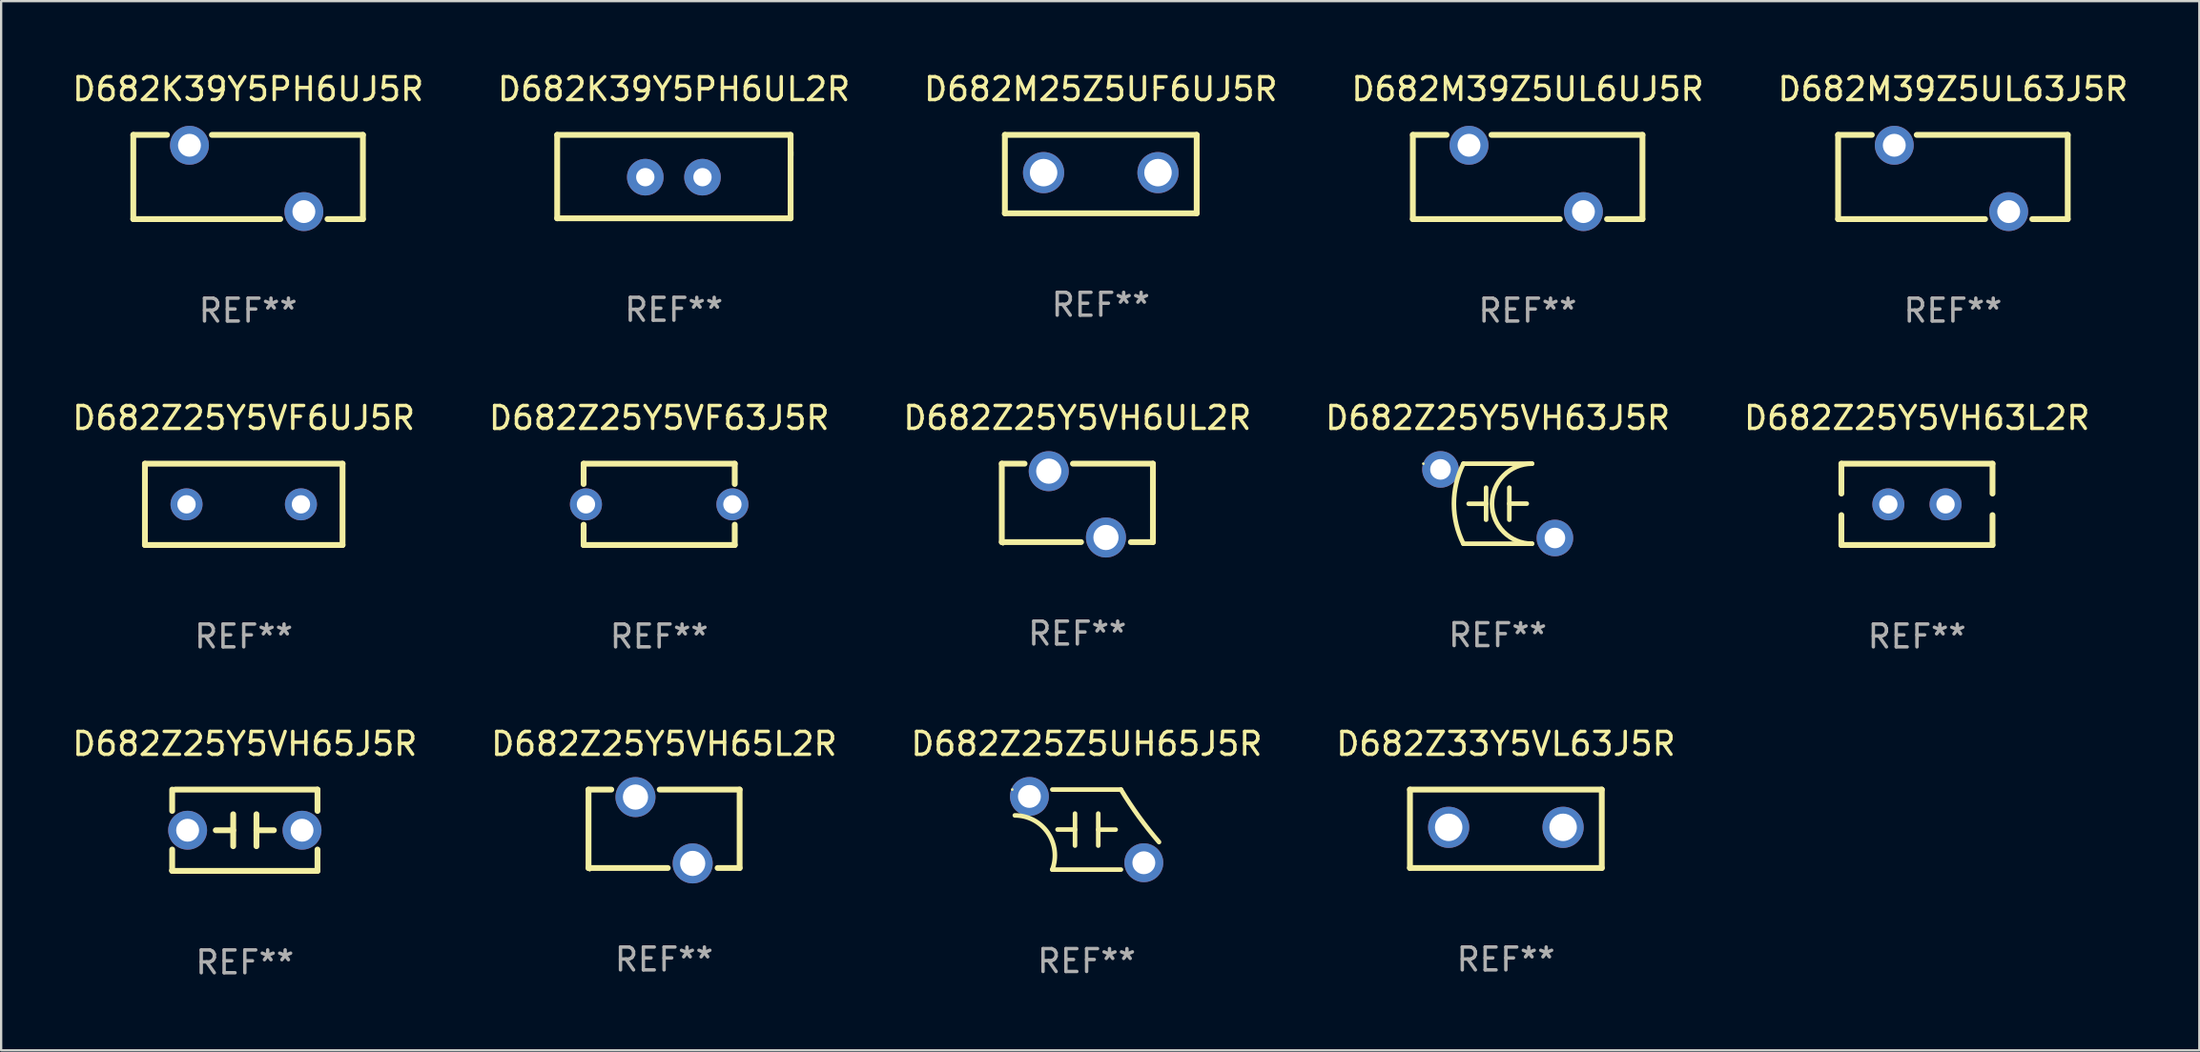
<source format=kicad_pcb>
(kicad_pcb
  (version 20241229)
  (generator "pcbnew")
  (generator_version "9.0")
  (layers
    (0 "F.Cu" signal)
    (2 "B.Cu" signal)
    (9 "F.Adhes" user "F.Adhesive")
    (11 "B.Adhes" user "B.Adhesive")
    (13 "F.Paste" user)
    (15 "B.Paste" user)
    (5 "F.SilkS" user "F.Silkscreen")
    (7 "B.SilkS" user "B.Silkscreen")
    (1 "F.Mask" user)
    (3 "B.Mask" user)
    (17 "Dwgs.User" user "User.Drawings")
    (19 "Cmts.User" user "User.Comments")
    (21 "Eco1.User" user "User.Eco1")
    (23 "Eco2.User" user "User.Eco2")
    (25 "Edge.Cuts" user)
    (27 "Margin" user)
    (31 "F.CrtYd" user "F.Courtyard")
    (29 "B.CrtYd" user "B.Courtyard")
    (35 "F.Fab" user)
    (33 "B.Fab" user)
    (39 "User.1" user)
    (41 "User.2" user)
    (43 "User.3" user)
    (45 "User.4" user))
  (footprint "D682Z33Y5VL63J5R"
    (layer "F.Cu")
    (at 62.756 33.195)
    (property "Reference" "D682Z33Y5VL63J5R" (at 0 -3.715 0) (layer "F.SilkS") (effects (font (size 1 1) (thickness 0.15))))
    (attr through_hole)
    (fp_line (start -4.191 -1.715) (end -4.191 1.715) (stroke (width 0.254) (type solid)) (layer "F.SilkS"))
    (fp_line (start -4.191 1.715) (end 4.191 1.715) (stroke (width 0.254) (type solid)) (layer "F.SilkS"))
    (fp_line (start 4.191 -1.715) (end -4.191 -1.715) (stroke (width 0.254) (type solid)) (layer "F.SilkS"))
    (fp_line (start 4.191 1.715) (end 4.191 -1.715) (stroke (width 0.254) (type solid)) (layer "F.SilkS"))
    (fp_circle (center -4.25 1.687) (end -4.22 1.687) (stroke (width 0.06) (type solid)) (fill no) (layer "F.SilkS"))
    (fp_text user "REF**" (at 0 5.715 0) (layer "F.Fab") (effects (font (size 1 1) (thickness 0.15))))
    (pad "1" thru_hole circle (at -2.5 -0.064) (size 1.8 1.8) (drill 1.2) (layers "*.Cu" "*.Mask"))
    (pad "2" thru_hole circle (at 2.5 -0.064) (size 1.8 1.8) (drill 1.2) (layers "*.Cu" "*.Mask")))
  (footprint "D682Z25Z5UH65J5R"
    (layer "F.Cu")
    (at 44.435 33.23)
    (property "Reference" "D682Z25Z5UH65J5R" (at 0 -3.75 0) (layer "F.SilkS") (effects (font (size 1 1) (thickness 0.15))))
    (attr through_hole)
    (fp_line (start -1.5 1.75) (end 1.5 1.75) (stroke (width 0.2) (type solid)) (layer "F.SilkS"))
    (fp_line (start -0.508 -0.002) (end -1.27 -0.002) (stroke (width 0.2) (type solid)) (layer "F.SilkS"))
    (fp_line (start -0.508 0.7) (end -0.508 -0.7) (stroke (width 0.2) (type solid)) (layer "F.SilkS"))
    (fp_line (start 0.508 -0.7) (end 0.508 0.7) (stroke (width 0.2) (type solid)) (layer "F.SilkS"))
    (fp_line (start 0.508 0.002) (end 1.27 0.002) (stroke (width 0.2) (type solid)) (layer "F.SilkS"))
    (fp_line (start 1.5 -1.75) (end -1.5 -1.75) (stroke (width 0.2) (type solid)) (layer "F.SilkS"))
    (fp_arc (start -3.136906 -0.620549) (mid -1.697057 0.135649) (end -1.5 1.750013) (stroke (width 0.2) (type solid)) (layer "F.SilkS"))
    (fp_arc (start 3.163322 0.545847) (mid 2.283076 -0.566884) (end 1.5 -1.750013) (stroke (width 0.2) (type solid)) (layer "F.SilkS"))
    (fp_circle (center -3.25 -1.75) (end -3.22 -1.75) (stroke (width 0.06) (type solid)) (fill no) (layer "F.SilkS"))
    (fp_text user "REF**" (at 0 5.75 0) (layer "F.Fab") (effects (font (size 1 1) (thickness 0.15))))
    (pad "1" thru_hole circle (at -2.5 -1.45) (size 1.7 1.7) (drill 1) (layers "*.Cu" "*.Mask"))
    (pad "2" thru_hole circle (at 2.5 1.45) (size 1.7 1.7) (drill 1) (layers "*.Cu" "*.Mask")))
  (footprint "D682Z25Y5VH63L2R"
    (layer "F.Cu")
    (at 80.72 19.006)
    (property "Reference" "D682Z25Y5VH63L2R" (at 0 -3.778 0) (layer "F.SilkS") (effects (font (size 1 1) (thickness 0.15))))
    (attr through_hole)
    (fp_line (start -3.302 -1.778) (end 3.302 -1.778) (stroke (width 0.254) (type solid)) (layer "F.SilkS"))
    (fp_line (start -3.302 -0.471) (end -3.302 -1.778) (stroke (width 0.254) (type solid)) (layer "F.SilkS"))
    (fp_line (start -3.302 1.778) (end -3.302 0.471) (stroke (width 0.254) (type solid)) (layer "F.SilkS"))
    (fp_line (start 3.302 -1.778) (end 3.302 -0.471) (stroke (width 0.254) (type solid)) (layer "F.SilkS"))
    (fp_line (start 3.302 0.471) (end 3.302 1.778) (stroke (width 0.254) (type solid)) (layer "F.SilkS"))
    (fp_line (start 3.302 1.778) (end -3.302 1.778) (stroke (width 0.254) (type solid)) (layer "F.SilkS"))
    (fp_circle (center -3.25 1.75) (end -3.22 1.75) (stroke (width 0.06) (type solid)) (fill no) (layer "F.SilkS"))
    (fp_text user "REF**" (at 0 5.778 0) (layer "F.Fab") (effects (font (size 1 1) (thickness 0.15))))
    (pad "1" thru_hole circle (at -1.25 0) (size 1.4 1.4) (drill 0.8) (layers "*.Cu" "*.Mask"))
    (pad "2" thru_hole circle (at 1.25 0) (size 1.4 1.4) (drill 0.8) (layers "*.Cu" "*.Mask")))
  (footprint "D682K39Y5PH6UJ5R"
    (layer "F.Cu")
    (at 7.792 4.69)
    (property "Reference" "D682K39Y5PH6UJ5R" (at 0 -3.842 0) (layer "F.SilkS") (effects (font (size 1 1) (thickness 0.15))))
    (attr through_hole)
    (fp_line (start -5.017 -1.842) (end -3.544 -1.842) (stroke (width 0.254) (type solid)) (layer "F.SilkS"))
    (fp_line (start -5.017 1.842) (end -5.017 -1.842) (stroke (width 0.254) (type solid)) (layer "F.SilkS"))
    (fp_line (start -1.583 -1.842) (end 5.017 -1.842) (stroke (width 0.254) (type solid)) (layer "F.SilkS"))
    (fp_line (start 1.406 1.842) (end -5.017 1.842) (stroke (width 0.254) (type solid)) (layer "F.SilkS"))
    (fp_line (start 5.017 -1.842) (end 5.017 1.842) (stroke (width 0.254) (type solid)) (layer "F.SilkS"))
    (fp_line (start 5.017 1.842) (end 3.467 1.842) (stroke (width 0.254) (type solid)) (layer "F.SilkS"))
    (fp_circle (center -5.064 -1.687) (end -5.034 -1.687) (stroke (width 0.06) (type solid)) (fill no) (layer "F.SilkS"))
    (fp_text user "REF**" (at 0 5.842 0) (layer "F.Fab") (effects (font (size 1 1) (thickness 0.15))))
    (pad "1" thru_hole circle (at -2.563 -1.387) (size 1.7 1.7) (drill 1) (layers "*.Cu" "*.Mask"))
    (pad "2" thru_hole circle (at 2.437 1.514) (size 1.7 1.7) (drill 1) (layers "*.Cu" "*.Mask")))
  (footprint "D682Z25Y5VF63J5R"
    (layer "F.Cu")
    (at 25.756 19.006)
    (property "Reference" "D682Z25Y5VF63J5R" (at 0 -3.778 0) (layer "F.SilkS") (effects (font (size 1 1) (thickness 0.15))))
    (attr through_hole)
    (fp_line (start -3.302 -1.778) (end 3.302 -1.778) (stroke (width 0.254) (type solid)) (layer "F.SilkS"))
    (fp_line (start -3.302 -0.889) (end -3.302 -1.778) (stroke (width 0.254) (type solid)) (layer "F.SilkS"))
    (fp_line (start -3.302 1.778) (end -3.302 0.889) (stroke (width 0.254) (type solid)) (layer "F.SilkS"))
    (fp_line (start 3.302 -1.778) (end 3.302 -0.889) (stroke (width 0.254) (type solid)) (layer "F.SilkS"))
    (fp_line (start 3.302 0.889) (end 3.302 1.778) (stroke (width 0.254) (type solid)) (layer "F.SilkS"))
    (fp_line (start 3.302 1.778) (end -3.302 1.778) (stroke (width 0.254) (type solid)) (layer "F.SilkS"))
    (fp_circle (center -3.25 1.75) (end -3.22 1.75) (stroke (width 0.06) (type solid)) (fill no) (layer "F.SilkS"))
    (fp_text user "REF**" (at 0 5.778 0) (layer "F.Fab") (effects (font (size 1 1) (thickness 0.15))))
    (pad "1" thru_hole circle (at -3.2 0) (size 1.4 1.4) (drill 0.8) (layers "*.Cu" "*.Mask"))
    (pad "2" thru_hole circle (at 3.2 0) (size 1.4 1.4) (drill 0.8) (layers "*.Cu" "*.Mask")))
  (footprint "D682Z25Y5VH63J5R"
    (layer "F.Cu")
    (at 62.399 18.978)
    (property "Reference" "D682Z25Y5VH63J5R" (at 0 -3.75 0) (layer "F.SilkS") (effects (font (size 1 1) (thickness 0.15))))
    (attr through_hole)
    (fp_line (start -1.5 -1.75) (end 1.5 -1.75) (stroke (width 0.2) (type solid)) (layer "F.SilkS"))
    (fp_line (start -0.508 -0.7) (end -0.508 0.7) (stroke (width 0.2) (type solid)) (layer "F.SilkS"))
    (fp_line (start -0.508 0.002) (end -1.27 0.002) (stroke (width 0.2) (type solid)) (layer "F.SilkS"))
    (fp_line (start 0.508 -0.002) (end 1.27 -0.002) (stroke (width 0.2) (type solid)) (layer "F.SilkS"))
    (fp_line (start 0.508 0.7) (end 0.508 -0.7) (stroke (width 0.2) (type solid)) (layer "F.SilkS"))
    (fp_line (start 1.5 1.75) (end -1.5 1.75) (stroke (width 0.2) (type solid)) (layer "F.SilkS"))
    (fp_arc (start -1.50127 1.750064) (mid -1.914008 -0.000109) (end -1.500127 -1.750013) (stroke (width 0.2) (type solid)) (layer "F.SilkS"))
    (fp_arc (start 1.499873 1.750013) (mid -0.249022 -0.000597) (end 1.501016 -1.750063) (stroke (width 0.2) (type solid)) (layer "F.SilkS"))
    (fp_circle (center -3.251 -1.75) (end -3.221 -1.75) (stroke (width 0.06) (type solid)) (fill no) (layer "F.SilkS"))
    (fp_text user "REF**" (at 0 5.75 0) (layer "F.Fab") (effects (font (size 1 1) (thickness 0.15))))
    (pad "1" thru_hole circle (at -2.5 -1.5) (size 1.6 1.6) (drill 0.9) (layers "*.Cu" "*.Mask"))
    (pad "2" thru_hole circle (at 2.5 1.5) (size 1.6 1.6) (drill 0.9) (layers "*.Cu" "*.Mask")))
  (footprint "D682M25Z5UF6UJ5R"
    (layer "F.Cu")
    (at 45.054 4.563)
    (property "Reference" "D682M25Z5UF6UJ5R" (at 0 -3.715 0) (layer "F.SilkS") (effects (font (size 1 1) (thickness 0.15))))
    (attr through_hole)
    (fp_line (start -4.191 -1.715) (end -4.191 1.715) (stroke (width 0.254) (type solid)) (layer "F.SilkS"))
    (fp_line (start -4.191 1.715) (end 4.191 1.715) (stroke (width 0.254) (type solid)) (layer "F.SilkS"))
    (fp_line (start 4.191 -1.715) (end -4.191 -1.715) (stroke (width 0.254) (type solid)) (layer "F.SilkS"))
    (fp_line (start 4.191 1.715) (end 4.191 -1.715) (stroke (width 0.254) (type solid)) (layer "F.SilkS"))
    (fp_circle (center -4.25 1.687) (end -4.22 1.687) (stroke (width 0.06) (type solid)) (fill no) (layer "F.SilkS"))
    (fp_text user "REF**" (at 0 5.715 0) (layer "F.Fab") (effects (font (size 1 1) (thickness 0.15))))
    (pad "1" thru_hole circle (at -2.5 -0.064) (size 1.8 1.8) (drill 1.2) (layers "*.Cu" "*.Mask"))
    (pad "2" thru_hole circle (at 2.5 -0.064) (size 1.8 1.8) (drill 1.2) (layers "*.Cu" "*.Mask")))
  (footprint "D682Z25Y5VF6UJ5R"
    (layer "F.Cu")
    (at 7.601 19.006)
    (property "Reference" "D682Z25Y5VF6UJ5R" (at 0 -3.778 0) (layer "F.SilkS") (effects (font (size 1 1) (thickness 0.15))))
    (attr through_hole)
    (fp_line (start -4.318 -1.778) (end 4.318 -1.778) (stroke (width 0.254) (type solid)) (layer "F.SilkS"))
    (fp_line (start -4.318 1.778) (end -4.318 -1.778) (stroke (width 0.254) (type solid)) (layer "F.SilkS"))
    (fp_line (start 4.318 -1.778) (end 4.318 1.778) (stroke (width 0.254) (type solid)) (layer "F.SilkS"))
    (fp_line (start 4.318 1.778) (end -4.318 1.778) (stroke (width 0.254) (type solid)) (layer "F.SilkS"))
    (fp_circle (center -4.25 1.75) (end -4.22 1.75) (stroke (width 0.06) (type solid)) (fill no) (layer "F.SilkS"))
    (fp_text user "REF**" (at 0 5.778 0) (layer "F.Fab") (effects (font (size 1 1) (thickness 0.15))))
    (pad "1" thru_hole circle (at -2.5 0) (size 1.4 1.4) (drill 0.8) (layers "*.Cu" "*.Mask"))
    (pad "2" thru_hole circle (at 2.5 0) (size 1.4 1.4) (drill 0.8) (layers "*.Cu" "*.Mask")))
  (footprint "D682M39Z5UL63J5R"
    (layer "F.Cu")
    (at 82.292 4.69)
    (property "Reference" "D682M39Z5UL63J5R" (at 0 -3.842 0) (layer "F.SilkS") (effects (font (size 1 1) (thickness 0.15))))
    (attr through_hole)
    (fp_line (start -5.017 -1.842) (end -3.544 -1.842) (stroke (width 0.254) (type solid)) (layer "F.SilkS"))
    (fp_line (start -5.017 1.842) (end -5.017 -1.842) (stroke (width 0.254) (type solid)) (layer "F.SilkS"))
    (fp_line (start -1.583 -1.842) (end 5.017 -1.842) (stroke (width 0.254) (type solid)) (layer "F.SilkS"))
    (fp_line (start 1.406 1.842) (end -5.017 1.842) (stroke (width 0.254) (type solid)) (layer "F.SilkS"))
    (fp_line (start 5.017 -1.842) (end 5.017 1.842) (stroke (width 0.254) (type solid)) (layer "F.SilkS"))
    (fp_line (start 5.017 1.842) (end 3.467 1.842) (stroke (width 0.254) (type solid)) (layer "F.SilkS"))
    (fp_circle (center -5.064 -1.687) (end -5.034 -1.687) (stroke (width 0.06) (type solid)) (fill no) (layer "F.SilkS"))
    (fp_text user "REF**" (at 0 5.842 0) (layer "F.Fab") (effects (font (size 1 1) (thickness 0.15))))
    (pad "1" thru_hole circle (at -2.563 -1.387) (size 1.7 1.7) (drill 1) (layers "*.Cu" "*.Mask"))
    (pad "2" thru_hole circle (at 2.437 1.514) (size 1.7 1.7) (drill 1) (layers "*.Cu" "*.Mask")))
  (footprint "D682Z25Y5VH6UL2R"
    (layer "F.Cu")
    (at 44.03 18.942)
    (property "Reference" "D682Z25Y5VH6UL2R" (at 0 -3.715 0) (layer "F.SilkS") (effects (font (size 1 1) (thickness 0.15))))
    (attr through_hole)
    (fp_line (start -3.302 -1.715) (end -2.306 -1.715) (stroke (width 0.254) (type solid)) (layer "F.SilkS"))
    (fp_line (start -3.302 1.715) (end -3.302 -1.715) (stroke (width 0.254) (type solid)) (layer "F.SilkS"))
    (fp_line (start -0.194 -1.715) (end 3.302 -1.715) (stroke (width 0.254) (type solid)) (layer "F.SilkS"))
    (fp_line (start 0.162 1.715) (end -3.302 1.715) (stroke (width 0.254) (type solid)) (layer "F.SilkS"))
    (fp_line (start 3.302 -1.715) (end 3.302 1.715) (stroke (width 0.254) (type solid)) (layer "F.SilkS"))
    (fp_line (start 3.302 1.715) (end 2.338 1.715) (stroke (width 0.254) (type solid)) (layer "F.SilkS"))
    (fp_circle (center -3.25 1.814) (end -3.22 1.814) (stroke (width 0.06) (type solid)) (fill no) (layer "F.SilkS"))
    (fp_text user "REF**" (at 0 5.715 0) (layer "F.Fab") (effects (font (size 1 1) (thickness 0.15))))
    (pad "1" thru_hole circle (at -1.25 -1.387) (size 1.75 1.75) (drill 1.1) (layers "*.Cu" "*.Mask"))
    (pad "2" thru_hole circle (at 1.25 1.514) (size 1.75 1.75) (drill 1.1) (layers "*.Cu" "*.Mask")))
  (footprint "D682M39Z5UL6UJ5R"
    (layer "F.Cu")
    (at 63.708 4.69)
    (property "Reference" "D682M39Z5UL6UJ5R" (at 0 -3.842 0) (layer "F.SilkS") (effects (font (size 1 1) (thickness 0.15))))
    (attr through_hole)
    (fp_line (start -5.017 -1.842) (end -3.544 -1.842) (stroke (width 0.254) (type solid)) (layer "F.SilkS"))
    (fp_line (start -5.017 1.842) (end -5.017 -1.842) (stroke (width 0.254) (type solid)) (layer "F.SilkS"))
    (fp_line (start -1.583 -1.842) (end 5.017 -1.842) (stroke (width 0.254) (type solid)) (layer "F.SilkS"))
    (fp_line (start 1.406 1.842) (end -5.017 1.842) (stroke (width 0.254) (type solid)) (layer "F.SilkS"))
    (fp_line (start 5.017 -1.842) (end 5.017 1.842) (stroke (width 0.254) (type solid)) (layer "F.SilkS"))
    (fp_line (start 5.017 1.842) (end 3.467 1.842) (stroke (width 0.254) (type solid)) (layer "F.SilkS"))
    (fp_circle (center -5.064 -1.687) (end -5.034 -1.687) (stroke (width 0.06) (type solid)) (fill no) (layer "F.SilkS"))
    (fp_text user "REF**" (at 0 5.842 0) (layer "F.Fab") (effects (font (size 1 1) (thickness 0.15))))
    (pad "1" thru_hole circle (at -2.563 -1.387) (size 1.7 1.7) (drill 1) (layers "*.Cu" "*.Mask"))
    (pad "2" thru_hole circle (at 2.437 1.514) (size 1.7 1.7) (drill 1) (layers "*.Cu" "*.Mask")))
  (footprint "D682K39Y5PH6UL2R"
    (layer "F.Cu")
    (at 26.399 4.673)
    (property "Reference" "D682K39Y5PH6UL2R" (at 0 -3.825 0) (layer "F.SilkS") (effects (font (size 1 1) (thickness 0.15))))
    (attr through_hole)
    (fp_line (start -5.1 -1.825) (end 5.1 -1.825) (stroke (width 0.254) (type solid)) (layer "F.SilkS"))
    (fp_line (start -5.1 1.825) (end -5.1 -1.825) (stroke (width 0.254) (type solid)) (layer "F.SilkS"))
    (fp_line (start 5.1 -1.825) (end 5.1 -0.925) (stroke (width 0.254) (type solid)) (layer "F.SilkS"))
    (fp_line (start 5.1 -1.075) (end 5.1 1.825) (stroke (width 0.254) (type solid)) (layer "F.SilkS"))
    (fp_line (start 5.1 1.825) (end -5.1 1.825) (stroke (width 0.254) (type solid)) (layer "F.SilkS"))
    (fp_circle (center -5 1.775) (end -4.97 1.775) (stroke (width 0.06) (type solid)) (fill no) (layer "F.SilkS"))
    (fp_text user "REF**" (at 0 5.825 0) (layer "F.Fab") (effects (font (size 1 1) (thickness 0.15))))
    (pad "1" thru_hole circle (at -1.25 0.025) (size 1.6 1.6) (drill 0.8) (layers "*.Cu" "*.Mask"))
    (pad "2" thru_hole circle (at 1.25 0.025) (size 1.6 1.6) (drill 0.8) (layers "*.Cu" "*.Mask")))
  (footprint "D682Z25Y5VH65L2R"
    (layer "F.Cu")
    (at 25.97 33.195)
    (property "Reference" "D682Z25Y5VH65L2R" (at 0 -3.715 0) (layer "F.SilkS") (effects (font (size 1 1) (thickness 0.15))))
    (attr through_hole)
    (fp_line (start -3.302 -1.715) (end -2.306 -1.715) (stroke (width 0.254) (type solid)) (layer "F.SilkS"))
    (fp_line (start -3.302 1.715) (end -3.302 -1.715) (stroke (width 0.254) (type solid)) (layer "F.SilkS"))
    (fp_line (start -0.194 -1.715) (end 3.302 -1.715) (stroke (width 0.254) (type solid)) (layer "F.SilkS"))
    (fp_line (start 0.162 1.715) (end -3.302 1.715) (stroke (width 0.254) (type solid)) (layer "F.SilkS"))
    (fp_line (start 3.302 -1.715) (end 3.302 1.715) (stroke (width 0.254) (type solid)) (layer "F.SilkS"))
    (fp_line (start 3.302 1.715) (end 2.338 1.715) (stroke (width 0.254) (type solid)) (layer "F.SilkS"))
    (fp_circle (center -3.25 1.814) (end -3.22 1.814) (stroke (width 0.06) (type solid)) (fill no) (layer "F.SilkS"))
    (fp_text user "REF**" (at 0 5.715 0) (layer "F.Fab") (effects (font (size 1 1) (thickness 0.15))))
    (pad "1" thru_hole circle (at -1.25 -1.387) (size 1.75 1.75) (drill 1.1) (layers "*.Cu" "*.Mask"))
    (pad "2" thru_hole circle (at 1.25 1.514) (size 1.75 1.75) (drill 1.1) (layers "*.Cu" "*.Mask")))
  (footprint "D682Z25Y5VH65J5R"
    (layer "F.Cu")
    (at 7.649 33.258)
    (property "Reference" "D682Z25Y5VH65J5R" (at 0 -3.778 0) (layer "F.SilkS") (effects (font (size 1 1) (thickness 0.15))))
    (attr through_hole)
    (fp_line (start -3.175 -1.778) (end -3.175 -0.844) (stroke (width 0.254) (type solid)) (layer "F.SilkS"))
    (fp_line (start -3.175 0.844) (end -3.175 1.778) (stroke (width 0.254) (type solid)) (layer "F.SilkS"))
    (fp_line (start -3.175 1.778) (end 3.175 1.778) (stroke (width 0.254) (type solid)) (layer "F.SilkS"))
    (fp_line (start -0.508 -0.699) (end -0.508 0.699) (stroke (width 0.254) (type solid)) (layer "F.SilkS"))
    (fp_line (start -0.508 0.001) (end -1.27 0.001) (stroke (width 0.254) (type solid)) (layer "F.SilkS"))
    (fp_line (start 0.508 0.001) (end 1.27 0.001) (stroke (width 0.254) (type solid)) (layer "F.SilkS"))
    (fp_line (start 0.508 0.699) (end 0.508 -0.699) (stroke (width 0.254) (type solid)) (layer "F.SilkS"))
    (fp_line (start 3.175 -1.778) (end -3.048 -1.778) (stroke (width 0.254) (type solid)) (layer "F.SilkS"))
    (fp_line (start 3.175 -0.844) (end 3.175 -1.778) (stroke (width 0.254) (type solid)) (layer "F.SilkS"))
    (fp_line (start 3.175 1.778) (end 3.175 0.844) (stroke (width 0.254) (type solid)) (layer "F.SilkS"))
    (fp_circle (center -3.25 1.75) (end -3.22 1.75) (stroke (width 0.06) (type solid)) (fill no) (layer "F.SilkS"))
    (fp_text user "REF**" (at 0 5.778 0) (layer "F.Fab") (effects (font (size 1 1) (thickness 0.15))))
    (pad "1" thru_hole circle (at -2.5 0) (size 1.7 1.7) (drill 1) (layers "*.Cu" "*.Mask"))
    (pad "2" thru_hole circle (at 2.5 0) (size 1.7 1.7) (drill 1) (layers "*.Cu" "*.Mask")))
  (gr_rect
    (start -3 -3)
    (end 93.06 42.885)
    (stroke (width 0.1) (type default))
    (fill no)
    (layer "Edge.Cuts")))
</source>
